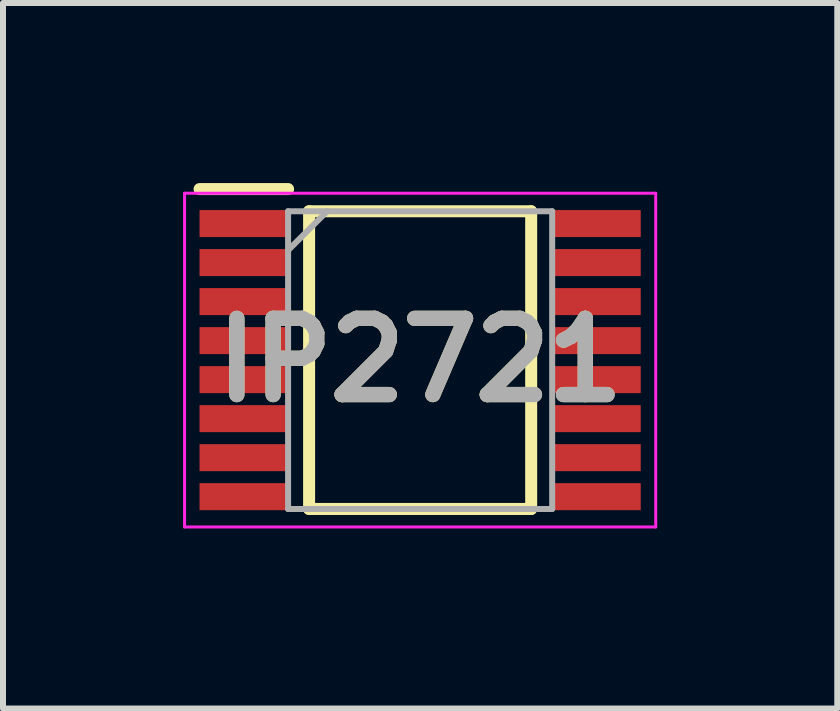
<source format=kicad_pcb>
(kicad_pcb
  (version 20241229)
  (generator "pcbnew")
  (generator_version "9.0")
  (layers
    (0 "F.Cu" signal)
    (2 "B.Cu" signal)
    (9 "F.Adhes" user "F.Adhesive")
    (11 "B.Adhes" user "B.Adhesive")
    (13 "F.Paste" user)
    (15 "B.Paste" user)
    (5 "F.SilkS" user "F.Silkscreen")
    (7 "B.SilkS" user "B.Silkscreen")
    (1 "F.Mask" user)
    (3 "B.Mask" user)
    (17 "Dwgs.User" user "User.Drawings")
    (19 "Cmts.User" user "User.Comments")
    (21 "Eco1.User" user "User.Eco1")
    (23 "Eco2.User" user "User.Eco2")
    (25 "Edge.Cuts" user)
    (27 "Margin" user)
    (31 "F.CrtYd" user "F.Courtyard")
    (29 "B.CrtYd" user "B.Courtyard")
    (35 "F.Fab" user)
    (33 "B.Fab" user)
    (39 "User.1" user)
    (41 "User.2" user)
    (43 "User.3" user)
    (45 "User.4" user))
  (footprint "IP2721"
    (layer "F.Cu")
    (at 3.95 2.95)
    (property "Reference" "IP2721" (at 0 0 0) (layer "F.SilkS") (effects (font (size 1.27 1.27) (thickness 0.254))))
    (attr smd)
    (fp_line (start -3.675 -2.85) (end -2.2 -2.85) (stroke (width 0.2) (type solid)) (layer "F.SilkS"))
    (fp_line (start -1.85 -2.48) (end 1.85 -2.48) (stroke (width 0.2) (type solid)) (layer "F.SilkS"))
    (fp_line (start -1.85 2.48) (end -1.85 -2.48) (stroke (width 0.2) (type solid)) (layer "F.SilkS"))
    (fp_line (start 1.85 -2.48) (end 1.85 2.48) (stroke (width 0.2) (type solid)) (layer "F.SilkS"))
    (fp_line (start 1.85 2.48) (end -1.85 2.48) (stroke (width 0.2) (type solid)) (layer "F.SilkS"))
    (fp_line (start -3.925 -2.78) (end 3.925 -2.78) (stroke (width 0.05) (type solid)) (layer "F.CrtYd"))
    (fp_line (start -3.925 2.78) (end -3.925 -2.78) (stroke (width 0.05) (type solid)) (layer "F.CrtYd"))
    (fp_line (start 3.925 -2.78) (end 3.925 2.78) (stroke (width 0.05) (type solid)) (layer "F.CrtYd"))
    (fp_line (start 3.925 2.78) (end -3.925 2.78) (stroke (width 0.05) (type solid)) (layer "F.CrtYd"))
    (fp_line (start -2.2 -2.48) (end 2.2 -2.48) (stroke (width 0.1) (type solid)) (layer "F.Fab"))
    (fp_line (start -2.2 -1.83) (end -1.55 -2.48) (stroke (width 0.1) (type solid)) (layer "F.Fab"))
    (fp_line (start -2.2 2.48) (end -2.2 -2.48) (stroke (width 0.1) (type solid)) (layer "F.Fab"))
    (fp_line (start 2.2 -2.48) (end 2.2 2.48) (stroke (width 0.1) (type solid)) (layer "F.Fab"))
    (fp_line (start 2.2 2.48) (end -2.2 2.48) (stroke (width 0.1) (type solid)) (layer "F.Fab"))
    (fp_text user "${REFERENCE}" (at 0 0 0) (layer "F.Fab") (effects (font (size 1.27 1.27) (thickness 0.254))))
    (pad "1" smd rect (at -2.938 -2.275 90) (size 0.45 1.475) (layers "F.Cu" "F.Mask" "F.Paste"))
    (pad "2" smd rect (at -2.938 -1.625 90) (size 0.45 1.475) (layers "F.Cu" "F.Mask" "F.Paste"))
    (pad "3" smd rect (at -2.938 -0.975 90) (size 0.45 1.475) (layers "F.Cu" "F.Mask" "F.Paste"))
    (pad "4" smd rect (at -2.938 -0.325 90) (size 0.45 1.475) (layers "F.Cu" "F.Mask" "F.Paste"))
    (pad "5" smd rect (at -2.938 0.325 90) (size 0.45 1.475) (layers "F.Cu" "F.Mask" "F.Paste"))
    (pad "6" smd rect (at -2.938 0.975 90) (size 0.45 1.475) (layers "F.Cu" "F.Mask" "F.Paste"))
    (pad "7" smd rect (at -2.938 1.625 90) (size 0.45 1.475) (layers "F.Cu" "F.Mask" "F.Paste"))
    (pad "8" smd rect (at -2.938 2.275 90) (size 0.45 1.475) (layers "F.Cu" "F.Mask" "F.Paste"))
    (pad "9" smd rect (at 2.938 2.275 90) (size 0.45 1.475) (layers "F.Cu" "F.Mask" "F.Paste"))
    (pad "10" smd rect (at 2.938 1.625 90) (size 0.45 1.475) (layers "F.Cu" "F.Mask" "F.Paste"))
    (pad "11" smd rect (at 2.938 0.975 90) (size 0.45 1.475) (layers "F.Cu" "F.Mask" "F.Paste"))
    (pad "12" smd rect (at 2.938 0.325 90) (size 0.45 1.475) (layers "F.Cu" "F.Mask" "F.Paste"))
    (pad "13" smd rect (at 2.938 -0.325 90) (size 0.45 1.475) (layers "F.Cu" "F.Mask" "F.Paste"))
    (pad "14" smd rect (at 2.938 -0.975 90) (size 0.45 1.475) (layers "F.Cu" "F.Mask" "F.Paste"))
    (pad "15" smd rect (at 2.938 -1.625 90) (size 0.45 1.475) (layers "F.Cu" "F.Mask" "F.Paste"))
    (pad "16" smd rect (at 2.938 -2.275 90) (size 0.45 1.475) (layers "F.Cu" "F.Mask" "F.Paste")))
  (gr_rect
    (start -3 -3)
    (end 10.9 8.755)
    (stroke (width 0.1) (type default))
    (fill no)
    (layer "Edge.Cuts")))
</source>
